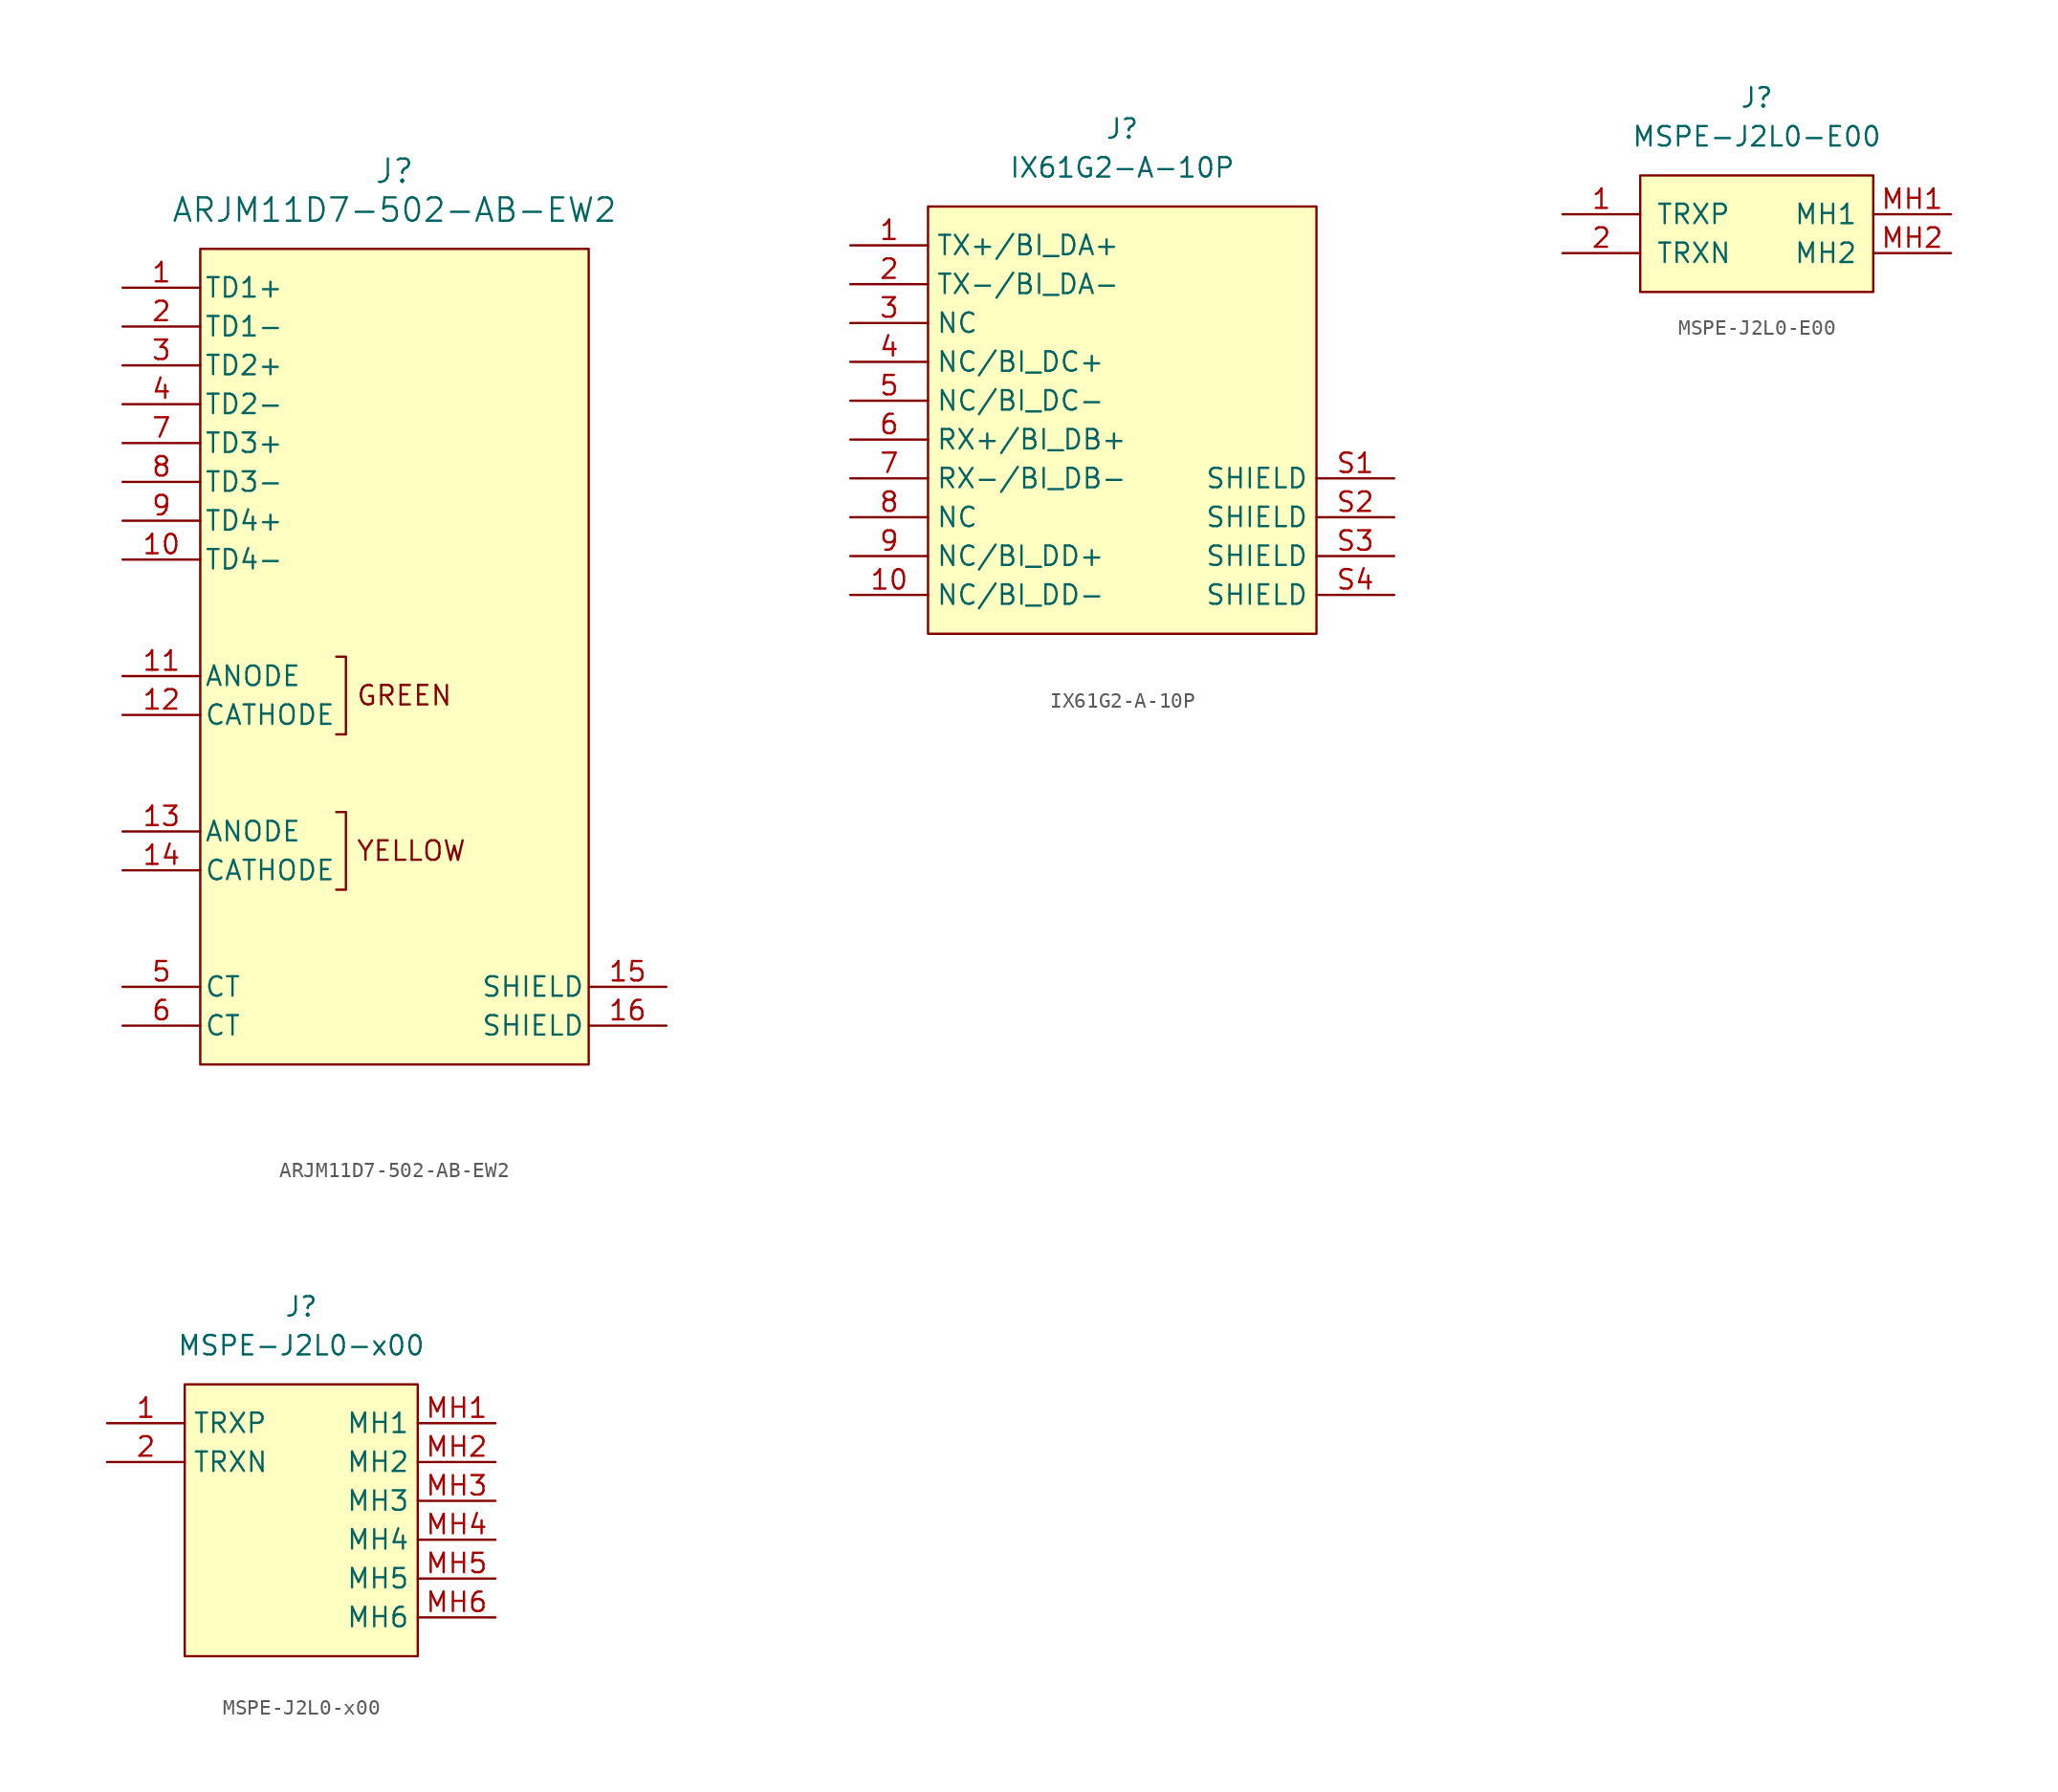
<source format=kicad_sym>
(kicad_symbol_lib
  (version 20241209)
  (generator "kicad_symbol_editor")
  (generator_version "9.0")
  (symbol "ARJM11D7-502-AB-EW2"
    (pin_names
      (offset 0.254))
    (property "Reference" "J"
      (at 0 5.08 0)
      (effects (font (size 1.524 1.524))))
    (property "Value" "ARJM11D7-502-AB-EW2"
      (at 0 2.54 0)
      (effects (font (size 1.524 1.524))))
    (symbol "ARJM11D7-502-AB-EW2_0_1"
      (polyline (pts (xy -3.81 -26.67) (xy -3.175 -26.67) (xy -3.175 -31.75) (xy -3.81 -31.75)) (stroke (width 0) (type default)) (fill (type none)))
      (polyline (pts (xy -3.81 -36.83) (xy -3.175 -36.83) (xy -3.175 -41.91) (xy -3.81 -41.91)) (stroke (width 0) (type default)) (fill (type none)))
      (pin bidirectional line (at -17.78 -2.54 0) (length 5.08) (name "TD1+" (effects (font (size 1.27 1.27)))) (number "1" (effects (font (size 1.27 1.27)))))
      (pin bidirectional line (at -17.78 -5.08 0) (length 5.08) (name "TD1-" (effects (font (size 1.27 1.27)))) (number "2" (effects (font (size 1.27 1.27)))))
      (pin bidirectional line (at -17.78 -7.62 0) (length 5.08) (name "TD2+" (effects (font (size 1.27 1.27)))) (number "3" (effects (font (size 1.27 1.27)))))
      (pin bidirectional line (at -17.78 -10.16 0) (length 5.08) (name "TD2-" (effects (font (size 1.27 1.27)))) (number "4" (effects (font (size 1.27 1.27)))))
      (pin bidirectional line (at -17.78 -12.7 0) (length 5.08) (name "TD3+" (effects (font (size 1.27 1.27)))) (number "7" (effects (font (size 1.27 1.27)))))
      (pin bidirectional line (at -17.78 -15.24 0) (length 5.08) (name "TD3-" (effects (font (size 1.27 1.27)))) (number "8" (effects (font (size 1.27 1.27)))))
      (pin bidirectional line (at -17.78 -17.78 0) (length 5.08) (name "TD4+" (effects (font (size 1.27 1.27)))) (number "9" (effects (font (size 1.27 1.27)))))
      (pin bidirectional line (at -17.78 -20.32 0) (length 5.08) (name "TD4-" (effects (font (size 1.27 1.27)))) (number "10" (effects (font (size 1.27 1.27)))))
      (pin unspecified line (at -17.78 -27.94 0) (length 5.08) (name "ANODE" (effects (font (size 1.27 1.27)))) (number "11" (effects (font (size 1.27 1.27)))))
      (pin unspecified line (at -17.78 -30.48 0) (length 5.08) (name "CATHODE" (effects (font (size 1.27 1.27)))) (number "12" (effects (font (size 1.27 1.27)))))
      (pin unspecified line (at -17.78 -38.1 0) (length 5.08) (name "ANODE" (effects (font (size 1.27 1.27)))) (number "13" (effects (font (size 1.27 1.27)))))
      (pin unspecified line (at -17.78 -40.64 0) (length 5.08) (name "CATHODE" (effects (font (size 1.27 1.27)))) (number "14" (effects (font (size 1.27 1.27)))))
      (pin unspecified line (at -17.78 -48.26 0) (length 5.08) (name "CT" (effects (font (size 1.27 1.27)))) (number "5" (effects (font (size 1.27 1.27)))))
      (pin unspecified line (at -17.78 -50.8 0) (length 5.08) (name "CT" (effects (font (size 1.27 1.27)))) (number "6" (effects (font (size 1.27 1.27))))))
    (symbol "ARJM11D7-502-AB-EW2_1_1"
      (rectangle (start -12.7 0) (end 12.7 -53.34) (stroke (width 0) (type solid)) (fill (type background)))
      (text "GREEN" (at -2.54 -29.21 0) (effects (font (size 1.27 1.27)) (justify left)))
      (text "YELLOW" (at -2.54 -39.37 0) (effects (font (size 1.27 1.27)) (justify left)))
      (pin passive line (at 17.78 -48.26 180) (length 5.08) (name "SHIELD" (effects (font (size 1.27 1.27)))) (number "15" (effects (font (size 1.27 1.27)))))
      (pin passive line (at 17.78 -50.8 180) (length 5.08) (name "SHIELD" (effects (font (size 1.27 1.27)))) (number "16" (effects (font (size 1.27 1.27)))))))
  (symbol "IX61G2-A-10P"
    (property "Reference" "J"
      (at 0 5.08 0)
      (effects (font (size 1.27 1.27))))
    (property "Value" "IX61G2-A-10P"
      (at 0 2.54 0)
      (effects (font (size 1.27 1.27))))
    (symbol "IX61G2-A-10P_1_1"
      (rectangle (start -12.7 0) (end 12.7 -27.94) (stroke (width 0) (type solid)) (fill (type background)))
      (pin bidirectional line (at -17.78 -2.54 0) (length 5.08) (name "TX+/BI_DA+" (effects (font (size 1.27 1.27)))) (number "1" (effects (font (size 1.27 1.27)))))
      (pin bidirectional line (at -17.78 -5.08 0) (length 5.08) (name "TX-/BI_DA-" (effects (font (size 1.27 1.27)))) (number "2" (effects (font (size 1.27 1.27)))))
      (pin passive line (at -17.78 -7.62 0) (length 5.08) (name "NC" (effects (font (size 1.27 1.27)))) (number "3" (effects (font (size 1.27 1.27)))))
      (pin bidirectional line (at -17.78 -10.16 0) (length 5.08) (name "NC/BI_DC+" (effects (font (size 1.27 1.27)))) (number "4" (effects (font (size 1.27 1.27)))))
      (pin bidirectional line (at -17.78 -12.7 0) (length 5.08) (name "NC/BI_DC-" (effects (font (size 1.27 1.27)))) (number "5" (effects (font (size 1.27 1.27)))))
      (pin bidirectional line (at -17.78 -15.24 0) (length 5.08) (name "RX+/BI_DB+" (effects (font (size 1.27 1.27)))) (number "6" (effects (font (size 1.27 1.27)))))
      (pin bidirectional line (at -17.78 -17.78 0) (length 5.08) (name "RX-/BI_DB-" (effects (font (size 1.27 1.27)))) (number "7" (effects (font (size 1.27 1.27)))))
      (pin passive line (at -17.78 -20.32 0) (length 5.08) (name "NC" (effects (font (size 1.27 1.27)))) (number "8" (effects (font (size 1.27 1.27)))))
      (pin bidirectional line (at -17.78 -22.86 0) (length 5.08) (name "NC/BI_DD+" (effects (font (size 1.27 1.27)))) (number "9" (effects (font (size 1.27 1.27)))))
      (pin bidirectional line (at -17.78 -25.4 0) (length 5.08) (name "NC/BI_DD-" (effects (font (size 1.27 1.27)))) (number "10" (effects (font (size 1.27 1.27)))))
      (pin passive line (at 17.78 -17.78 180) (length 5.08) (name "SHIELD" (effects (font (size 1.27 1.27)))) (number "S1" (effects (font (size 1.27 1.27)))))
      (pin passive line (at 17.78 -20.32 180) (length 5.08) (name "SHIELD" (effects (font (size 1.27 1.27)))) (number "S2" (effects (font (size 1.27 1.27)))))
      (pin passive line (at 17.78 -22.86 180) (length 5.08) (name "SHIELD" (effects (font (size 1.27 1.27)))) (number "S3" (effects (font (size 1.27 1.27)))))
      (pin passive line (at 17.78 -25.4 180) (length 5.08) (name "SHIELD" (effects (font (size 1.27 1.27)))) (number "S4" (effects (font (size 1.27 1.27)))))))
  (symbol "MSPE-J2L0-E00"
    (pin_names
      (offset 1.016))
    (property "Reference" "J"
      (at 0 5.08 0)
      (effects (font (size 1.27 1.27))))
    (property "Value" "MSPE-J2L0-E00"
      (at 0 2.54 0)
      (effects (font (size 1.27 1.27))))
    (symbol "MSPE-J2L0-E00_1_1"
      (rectangle (start -7.62 0) (end 7.62 -7.62) (stroke (width 0) (type solid)) (fill (type background)))
      (pin passive line (at -12.7 -2.54 0) (length 5.08) (name "TRXP" (effects (font (size 1.27 1.27)))) (number "1" (effects (font (size 1.27 1.27)))))
      (pin passive line (at -12.7 -5.08 0) (length 5.08) (name "TRXN" (effects (font (size 1.27 1.27)))) (number "2" (effects (font (size 1.27 1.27)))))
      (pin passive line (at 12.7 -2.54 180) (length 5.08) (name "MH1" (effects (font (size 1.27 1.27)))) (number "MH1" (effects (font (size 1.27 1.27)))))
      (pin passive line (at 12.7 -5.08 180) (length 5.08) (name "MH2" (effects (font (size 1.27 1.27)))) (number "MH2" (effects (font (size 1.27 1.27)))))))
  (symbol "MSPE-J2L0-x00"
    (property "Reference" "J"
      (at 0 5.08 0)
      (effects (font (size 1.27 1.27))))
    (property "Value" "MSPE-J2L0-x00"
      (at 0 2.54 0)
      (effects (font (size 1.27 1.27))))
    (symbol "MSPE-J2L0-x00_1_1"
      (rectangle (start -7.62 0) (end 7.62 -17.78) (stroke (width 0) (type solid)) (fill (type background)))
      (pin passive line (at -12.7 -2.54 0) (length 5.08) (name "TRXP" (effects (font (size 1.27 1.27)))) (number "1" (effects (font (size 1.27 1.27)))))
      (pin passive line (at -12.7 -5.08 0) (length 5.08) (name "TRXN" (effects (font (size 1.27 1.27)))) (number "2" (effects (font (size 1.27 1.27)))))
      (pin passive line (at 12.7 -2.54 180) (length 5.08) (name "MH1" (effects (font (size 1.27 1.27)))) (number "MH1" (effects (font (size 1.27 1.27)))))
      (pin passive line (at 12.7 -5.08 180) (length 5.08) (name "MH2" (effects (font (size 1.27 1.27)))) (number "MH2" (effects (font (size 1.27 1.27)))))
      (pin passive line (at 12.7 -7.62 180) (length 5.08) (name "MH3" (effects (font (size 1.27 1.27)))) (number "MH3" (effects (font (size 1.27 1.27)))))
      (pin passive line (at 12.7 -10.16 180) (length 5.08) (name "MH4" (effects (font (size 1.27 1.27)))) (number "MH4" (effects (font (size 1.27 1.27)))))
      (pin passive line (at 12.7 -12.7 180) (length 5.08) (name "MH5" (effects (font (size 1.27 1.27)))) (number "MH5" (effects (font (size 1.27 1.27)))))
      (pin passive line (at 12.7 -15.24 180) (length 5.08) (name "MH6" (effects (font (size 1.27 1.27)))) (number "MH6" (effects (font (size 1.27 1.27))))))))
</source>
